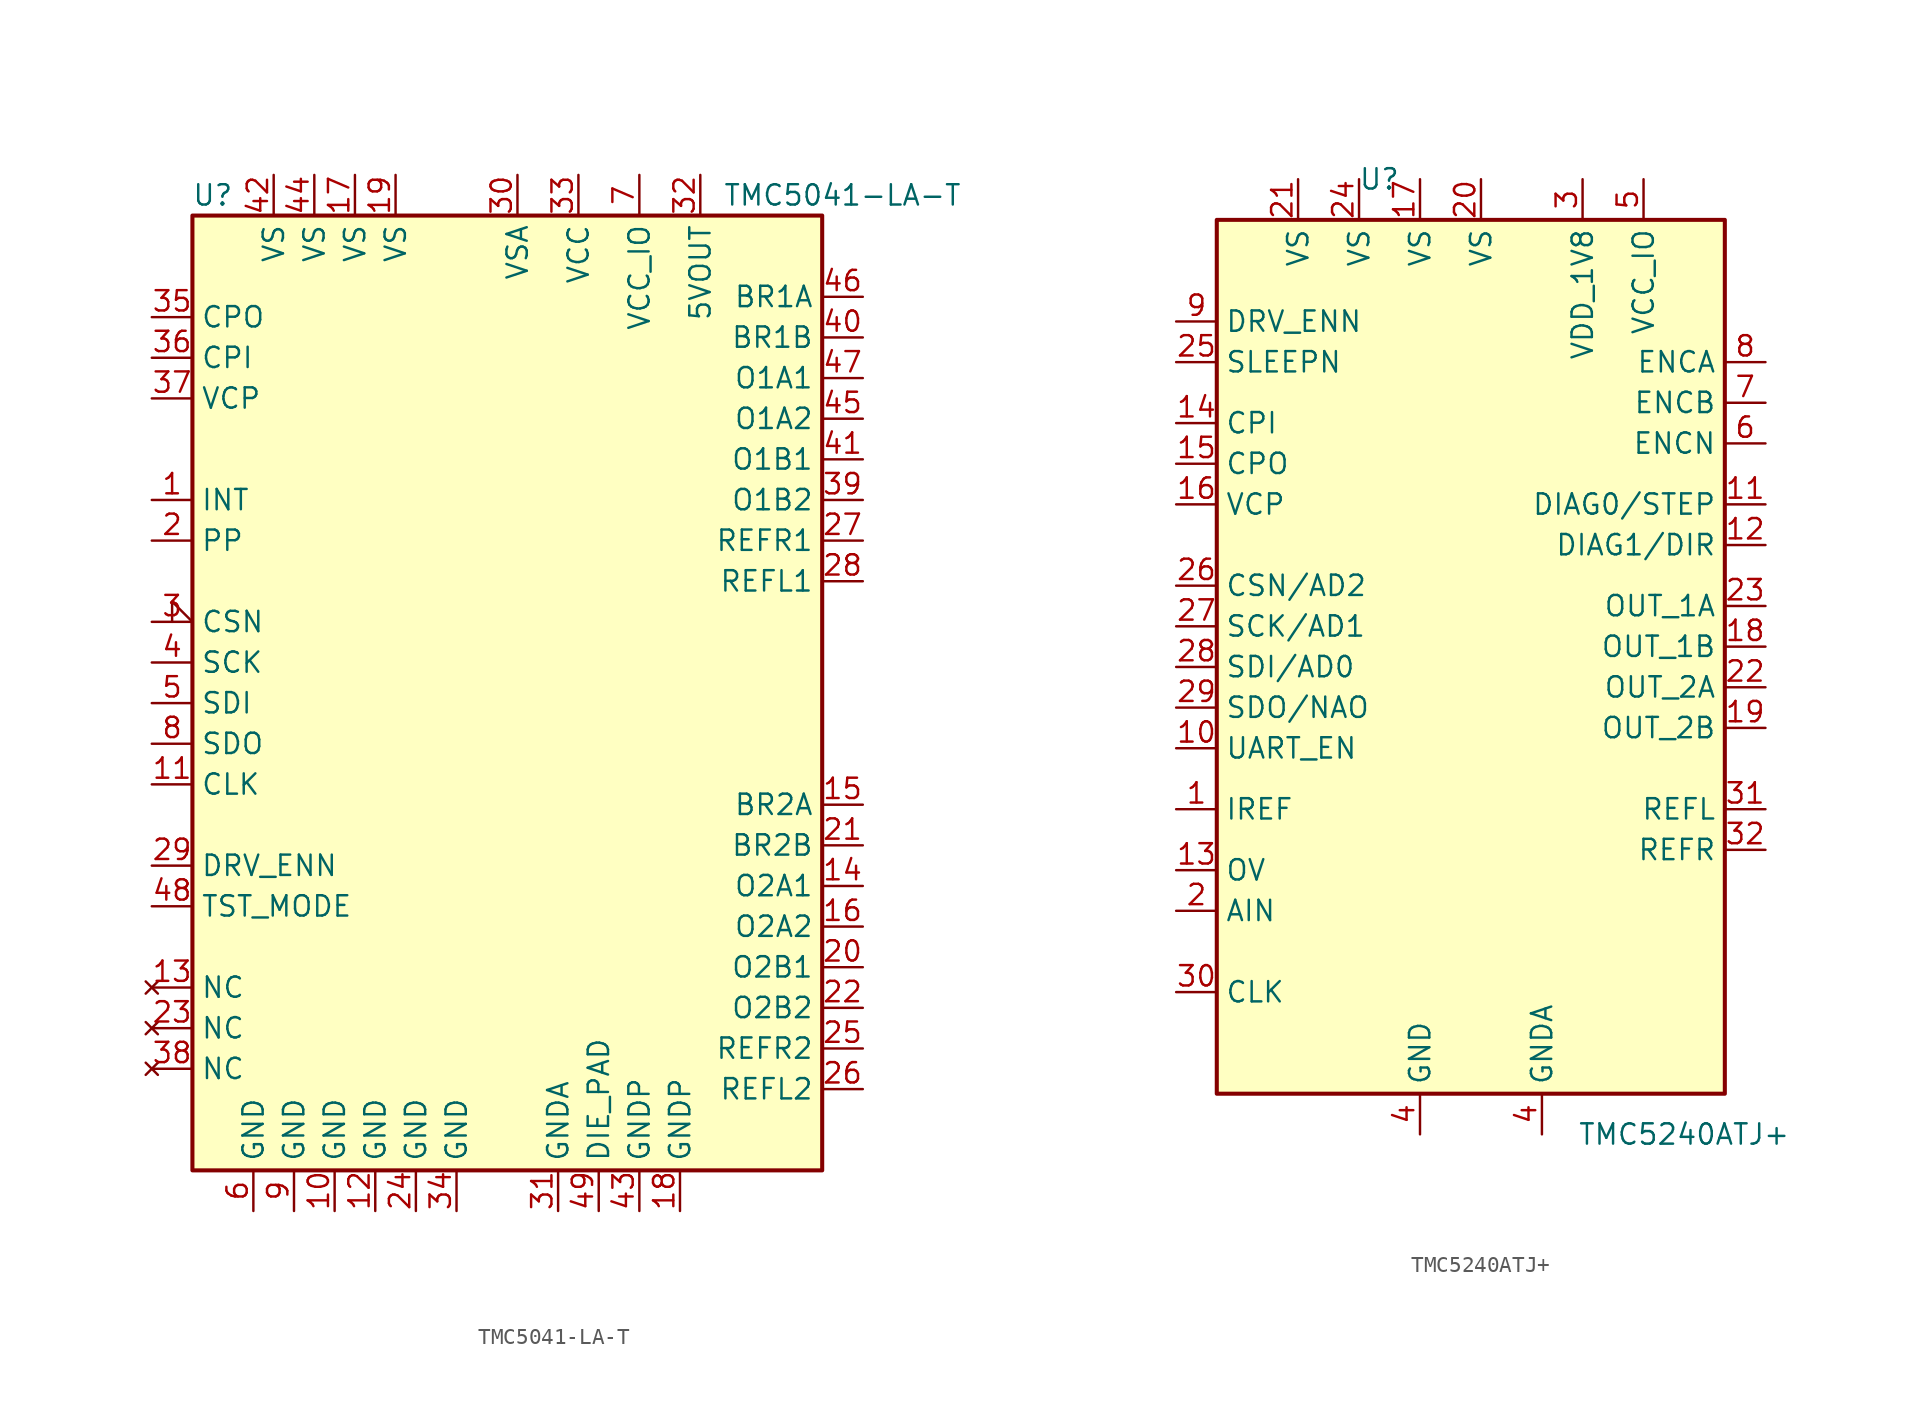
<source format=kicad_sym>
(kicad_symbol_lib
  (version 20220914)
  (generator kicad_symbol_editor)
  (symbol "TMC5041-LA-T"
    (property "Reference" "U"
      (at -16.51 0 0)
      (effects (font (size 1.27 1.27))))
    (property "Value" "TMC5041-LA-T"
      (at 22.86 0 0)
      (effects (font (size 1.27 1.27))))
    (symbol "TMC5041-LA-T_0_1"
      (rectangle (start -17.78 -1.27) (end 21.59 -60.96) (stroke (width 0.254) (type default)) (fill (type background))))
    (symbol "TMC5041-LA-T_1_1"
      (pin output line (at -20.32 -19.05 0) (length 2.54) (name "INT" (effects (font (size 1.27 1.27)))) (number "1" (effects (font (size 1.27 1.27)))))
      (pin power_in line (at -8.89 -63.5 90) (length 2.54) (name "GND" (effects (font (size 1.27 1.27)))) (number "10" (effects (font (size 1.27 1.27)))))
      (pin input line (at -20.32 -36.83 0) (length 2.54) (name "CLK" (effects (font (size 1.27 1.27)))) (number "11" (effects (font (size 1.27 1.27)))))
      (pin power_in line (at -6.35 -63.5 90) (length 2.54) (name "GND" (effects (font (size 1.27 1.27)))) (number "12" (effects (font (size 1.27 1.27)))))
      (pin no_connect line (at -20.32 -49.53 0) (length 2.54) (name "NC" (effects (font (size 1.27 1.27)))) (number "13" (effects (font (size 1.27 1.27)))))
      (pin output line (at 24.13 -43.18 180) (length 2.54) (name "O2A1" (effects (font (size 1.27 1.27)))) (number "14" (effects (font (size 1.27 1.27)))))
      (pin output line (at 24.13 -38.1 180) (length 2.54) (name "BR2A" (effects (font (size 1.27 1.27)))) (number "15" (effects (font (size 1.27 1.27)))))
      (pin output line (at 24.13 -45.72 180) (length 2.54) (name "O2A2" (effects (font (size 1.27 1.27)))) (number "16" (effects (font (size 1.27 1.27)))))
      (pin power_in line (at -7.62 1.27 270) (length 2.54) (name "VS" (effects (font (size 1.27 1.27)))) (number "17" (effects (font (size 1.27 1.27)))))
      (pin power_in line (at 12.7 -63.5 90) (length 2.54) (name "GNDP" (effects (font (size 1.27 1.27)))) (number "18" (effects (font (size 1.27 1.27)))))
      (pin power_in line (at -5.08 1.27 270) (length 2.54) (name "VS" (effects (font (size 1.27 1.27)))) (number "19" (effects (font (size 1.27 1.27)))))
      (pin output line (at -20.32 -21.59 0) (length 2.54) (name "PP" (effects (font (size 1.27 1.27)))) (number "2" (effects (font (size 1.27 1.27)))))
      (pin output line (at 24.13 -48.26 180) (length 2.54) (name "O2B1" (effects (font (size 1.27 1.27)))) (number "20" (effects (font (size 1.27 1.27)))))
      (pin output line (at 24.13 -40.64 180) (length 2.54) (name "BR2B" (effects (font (size 1.27 1.27)))) (number "21" (effects (font (size 1.27 1.27)))))
      (pin output line (at 24.13 -50.8 180) (length 2.54) (name "O2B2" (effects (font (size 1.27 1.27)))) (number "22" (effects (font (size 1.27 1.27)))))
      (pin no_connect line (at -20.32 -52.07 0) (length 2.54) (name "NC" (effects (font (size 1.27 1.27)))) (number "23" (effects (font (size 1.27 1.27)))))
      (pin power_in line (at -3.81 -63.5 90) (length 2.54) (name "GND" (effects (font (size 1.27 1.27)))) (number "24" (effects (font (size 1.27 1.27)))))
      (pin input line (at 24.13 -53.34 180) (length 2.54) (name "REFR2" (effects (font (size 1.27 1.27)))) (number "25" (effects (font (size 1.27 1.27)))))
      (pin input line (at 24.13 -55.88 180) (length 2.54) (name "REFL2" (effects (font (size 1.27 1.27)))) (number "26" (effects (font (size 1.27 1.27)))))
      (pin input line (at 24.13 -21.59 180) (length 2.54) (name "REFR1" (effects (font (size 1.27 1.27)))) (number "27" (effects (font (size 1.27 1.27)))))
      (pin input line (at 24.13 -24.13 180) (length 2.54) (name "REFL1" (effects (font (size 1.27 1.27)))) (number "28" (effects (font (size 1.27 1.27)))))
      (pin input line (at -20.32 -41.91 0) (length 2.54) (name "DRV_ENN" (effects (font (size 1.27 1.27)))) (number "29" (effects (font (size 1.27 1.27)))))
      (pin input input_low (at -20.32 -26.67 0) (length 2.54) (name "CSN" (effects (font (size 1.27 1.27)))) (number "3" (effects (font (size 1.27 1.27)))))
      (pin power_in line (at 2.54 1.27 270) (length 2.54) (name "VSA" (effects (font (size 1.27 1.27)))) (number "30" (effects (font (size 1.27 1.27)))))
      (pin power_in line (at 5.08 -63.5 90) (length 2.54) (name "GNDA" (effects (font (size 1.27 1.27)))) (number "31" (effects (font (size 1.27 1.27)))))
      (pin power_out line (at 13.97 1.27 270) (length 2.54) (name "5VOUT" (effects (font (size 1.27 1.27)))) (number "32" (effects (font (size 1.27 1.27)))))
      (pin power_in line (at 6.35 1.27 270) (length 2.54) (name "VCC" (effects (font (size 1.27 1.27)))) (number "33" (effects (font (size 1.27 1.27)))))
      (pin power_in line (at -1.27 -63.5 90) (length 2.54) (name "GND" (effects (font (size 1.27 1.27)))) (number "34" (effects (font (size 1.27 1.27)))))
      (pin output line (at -20.32 -7.62 0) (length 2.54) (name "CPO" (effects (font (size 1.27 1.27)))) (number "35" (effects (font (size 1.27 1.27)))))
      (pin input line (at -20.32 -10.16 0) (length 2.54) (name "CPI" (effects (font (size 1.27 1.27)))) (number "36" (effects (font (size 1.27 1.27)))))
      (pin power_in line (at -20.32 -12.7 0) (length 2.54) (name "VCP" (effects (font (size 1.27 1.27)))) (number "37" (effects (font (size 1.27 1.27)))))
      (pin no_connect line (at -20.32 -54.61 0) (length 2.54) (name "NC" (effects (font (size 1.27 1.27)))) (number "38" (effects (font (size 1.27 1.27)))))
      (pin output line (at 24.13 -19.05 180) (length 2.54) (name "O1B2" (effects (font (size 1.27 1.27)))) (number "39" (effects (font (size 1.27 1.27)))))
      (pin input line (at -20.32 -29.21 0) (length 2.54) (name "SCK" (effects (font (size 1.27 1.27)))) (number "4" (effects (font (size 1.27 1.27)))))
      (pin output line (at 24.13 -8.89 180) (length 2.54) (name "BR1B" (effects (font (size 1.27 1.27)))) (number "40" (effects (font (size 1.27 1.27)))))
      (pin output line (at 24.13 -16.51 180) (length 2.54) (name "O1B1" (effects (font (size 1.27 1.27)))) (number "41" (effects (font (size 1.27 1.27)))))
      (pin power_in line (at -12.7 1.27 270) (length 2.54) (name "VS" (effects (font (size 1.27 1.27)))) (number "42" (effects (font (size 1.27 1.27)))))
      (pin power_in line (at 10.16 -63.5 90) (length 2.54) (name "GNDP" (effects (font (size 1.27 1.27)))) (number "43" (effects (font (size 1.27 1.27)))))
      (pin power_in line (at -10.16 1.27 270) (length 2.54) (name "VS" (effects (font (size 1.27 1.27)))) (number "44" (effects (font (size 1.27 1.27)))))
      (pin output line (at 24.13 -13.97 180) (length 2.54) (name "O1A2" (effects (font (size 1.27 1.27)))) (number "45" (effects (font (size 1.27 1.27)))))
      (pin output line (at 24.13 -6.35 180) (length 2.54) (name "BR1A" (effects (font (size 1.27 1.27)))) (number "46" (effects (font (size 1.27 1.27)))))
      (pin output line (at 24.13 -11.43 180) (length 2.54) (name "O1A1" (effects (font (size 1.27 1.27)))) (number "47" (effects (font (size 1.27 1.27)))))
      (pin input line (at -20.32 -44.45 0) (length 2.54) (name "TST_MODE" (effects (font (size 1.27 1.27)))) (number "48" (effects (font (size 1.27 1.27)))))
      (pin power_in line (at 7.62 -63.5 90) (length 2.54) (name "DIE_PAD" (effects (font (size 1.27 1.27)))) (number "49" (effects (font (size 1.27 1.27)))))
      (pin input line (at -20.32 -31.75 0) (length 2.54) (name "SDI" (effects (font (size 1.27 1.27)))) (number "5" (effects (font (size 1.27 1.27)))))
      (pin power_in line (at -13.97 -63.5 90) (length 2.54) (name "GND" (effects (font (size 1.27 1.27)))) (number "6" (effects (font (size 1.27 1.27)))))
      (pin power_in line (at 10.16 1.27 270) (length 2.54) (name "VCC_IO" (effects (font (size 1.27 1.27)))) (number "7" (effects (font (size 1.27 1.27)))))
      (pin output line (at -20.32 -34.29 0) (length 2.54) (name "SDO" (effects (font (size 1.27 1.27)))) (number "8" (effects (font (size 1.27 1.27)))))
      (pin power_in line (at -11.43 -63.5 90) (length 2.54) (name "GND" (effects (font (size 1.27 1.27)))) (number "9" (effects (font (size 1.27 1.27)))))))
  (symbol "TMC5240ATJ+"
    (property "Reference" "U"
      (at -7.62 0 0)
      (effects (font (size 1.27 1.27))))
    (property "Value" "TMC5240ATJ+"
      (at 11.43 -59.69 0)
      (effects (font (size 1.27 1.27))))
    (symbol "TMC5240ATJ+_0_1"
      (rectangle (start -17.78 -2.54) (end 13.97 -57.15) (stroke (width 0.254) (type default)) (fill (type background))))
    (symbol "TMC5240ATJ+_1_1"
      (pin input line (at -20.32 -39.37 0) (length 2.54) (name "IREF" (effects (font (size 1.27 1.27)))) (number "1" (effects (font (size 1.27 1.27)))))
      (pin input line (at -20.32 -35.56 0) (length 2.54) (name "UART_EN" (effects (font (size 1.27 1.27)))) (number "10" (effects (font (size 1.27 1.27)))))
      (pin output line (at 16.51 -20.32 180) (length 2.54) (name "DIAG0/STEP" (effects (font (size 1.27 1.27)))) (number "11" (effects (font (size 1.27 1.27)))))
      (pin bidirectional line (at 16.51 -22.86 180) (length 2.54) (name "DIAG1/DIR" (effects (font (size 1.27 1.27)))) (number "12" (effects (font (size 1.27 1.27)))))
      (pin output line (at -20.32 -43.18 0) (length 2.54) (name "OV" (effects (font (size 1.27 1.27)))) (number "13" (effects (font (size 1.27 1.27)))))
      (pin output line (at -20.32 -15.24 0) (length 2.54) (name "CPI" (effects (font (size 1.27 1.27)))) (number "14" (effects (font (size 1.27 1.27)))))
      (pin output line (at -20.32 -17.78 0) (length 2.54) (name "CPO" (effects (font (size 1.27 1.27)))) (number "15" (effects (font (size 1.27 1.27)))))
      (pin output line (at -20.32 -20.32 0) (length 2.54) (name "VCP" (effects (font (size 1.27 1.27)))) (number "16" (effects (font (size 1.27 1.27)))))
      (pin power_in line (at -5.08 0 270) (length 2.54) (name "VS" (effects (font (size 1.27 1.27)))) (number "17" (effects (font (size 1.27 1.27)))))
      (pin output line (at 16.51 -29.21 180) (length 2.54) (name "OUT_1B" (effects (font (size 1.27 1.27)))) (number "18" (effects (font (size 1.27 1.27)))))
      (pin output line (at 16.51 -34.29 180) (length 2.54) (name "OUT_2B" (effects (font (size 1.27 1.27)))) (number "19" (effects (font (size 1.27 1.27)))))
      (pin input line (at -20.32 -45.72 0) (length 2.54) (name "AIN" (effects (font (size 1.27 1.27)))) (number "2" (effects (font (size 1.27 1.27)))))
      (pin power_in line (at -1.27 0 270) (length 2.54) (name "VS" (effects (font (size 1.27 1.27)))) (number "20" (effects (font (size 1.27 1.27)))))
      (pin power_in line (at -12.7 0 270) (length 2.54) (name "VS" (effects (font (size 1.27 1.27)))) (number "21" (effects (font (size 1.27 1.27)))))
      (pin output line (at 16.51 -31.75 180) (length 2.54) (name "OUT_2A" (effects (font (size 1.27 1.27)))) (number "22" (effects (font (size 1.27 1.27)))))
      (pin output line (at 16.51 -26.67 180) (length 2.54) (name "OUT_1A" (effects (font (size 1.27 1.27)))) (number "23" (effects (font (size 1.27 1.27)))))
      (pin power_in line (at -8.89 0 270) (length 2.54) (name "VS" (effects (font (size 1.27 1.27)))) (number "24" (effects (font (size 1.27 1.27)))))
      (pin input line (at -20.32 -11.43 0) (length 2.54) (name "SLEEPN" (effects (font (size 1.27 1.27)))) (number "25" (effects (font (size 1.27 1.27)))))
      (pin input line (at -20.32 -25.4 0) (length 2.54) (name "CSN/AD2" (effects (font (size 1.27 1.27)))) (number "26" (effects (font (size 1.27 1.27)))))
      (pin input line (at -20.32 -27.94 0) (length 2.54) (name "SCK/AD1" (effects (font (size 1.27 1.27)))) (number "27" (effects (font (size 1.27 1.27)))))
      (pin input line (at -20.32 -30.48 0) (length 2.54) (name "SDI/AD0" (effects (font (size 1.27 1.27)))) (number "28" (effects (font (size 1.27 1.27)))))
      (pin bidirectional line (at -20.32 -33.02 0) (length 2.54) (name "SDO/NAO" (effects (font (size 1.27 1.27)))) (number "29" (effects (font (size 1.27 1.27)))))
      (pin power_in line (at 5.08 0 270) (length 2.54) (name "VDD_1V8" (effects (font (size 1.27 1.27)))) (number "3" (effects (font (size 1.27 1.27)))))
      (pin input line (at -20.32 -50.8 0) (length 2.54) (name "CLK" (effects (font (size 1.27 1.27)))) (number "30" (effects (font (size 1.27 1.27)))))
      (pin input line (at 16.51 -39.37 180) (length 2.54) (name "REFL" (effects (font (size 1.27 1.27)))) (number "31" (effects (font (size 1.27 1.27)))))
      (pin input line (at 16.51 -41.91 180) (length 2.54) (name "REFR" (effects (font (size 1.27 1.27)))) (number "32" (effects (font (size 1.27 1.27)))))
      (pin power_in line (at -5.08 -59.69 90) (length 2.54) (name "GND" (effects (font (size 1.27 1.27)))) (number "4" (effects (font (size 1.27 1.27)))))
      (pin power_in line (at 2.54 -59.69 90) (length 2.54) (name "GNDA" (effects (font (size 1.27 1.27)))) (number "4" (effects (font (size 1.27 1.27)))))
      (pin power_in line (at 8.89 0 270) (length 2.54) (name "VCC_IO" (effects (font (size 1.27 1.27)))) (number "5" (effects (font (size 1.27 1.27)))))
      (pin input line (at 16.51 -16.51 180) (length 2.54) (name "ENCN" (effects (font (size 1.27 1.27)))) (number "6" (effects (font (size 1.27 1.27)))))
      (pin input line (at 16.51 -13.97 180) (length 2.54) (name "ENCB" (effects (font (size 1.27 1.27)))) (number "7" (effects (font (size 1.27 1.27)))))
      (pin input line (at 16.51 -11.43 180) (length 2.54) (name "ENCA" (effects (font (size 1.27 1.27)))) (number "8" (effects (font (size 1.27 1.27)))))
      (pin input line (at -20.32 -8.89 0) (length 2.54) (name "DRV_ENN" (effects (font (size 1.27 1.27)))) (number "9" (effects (font (size 1.27 1.27))))))))
</source>
